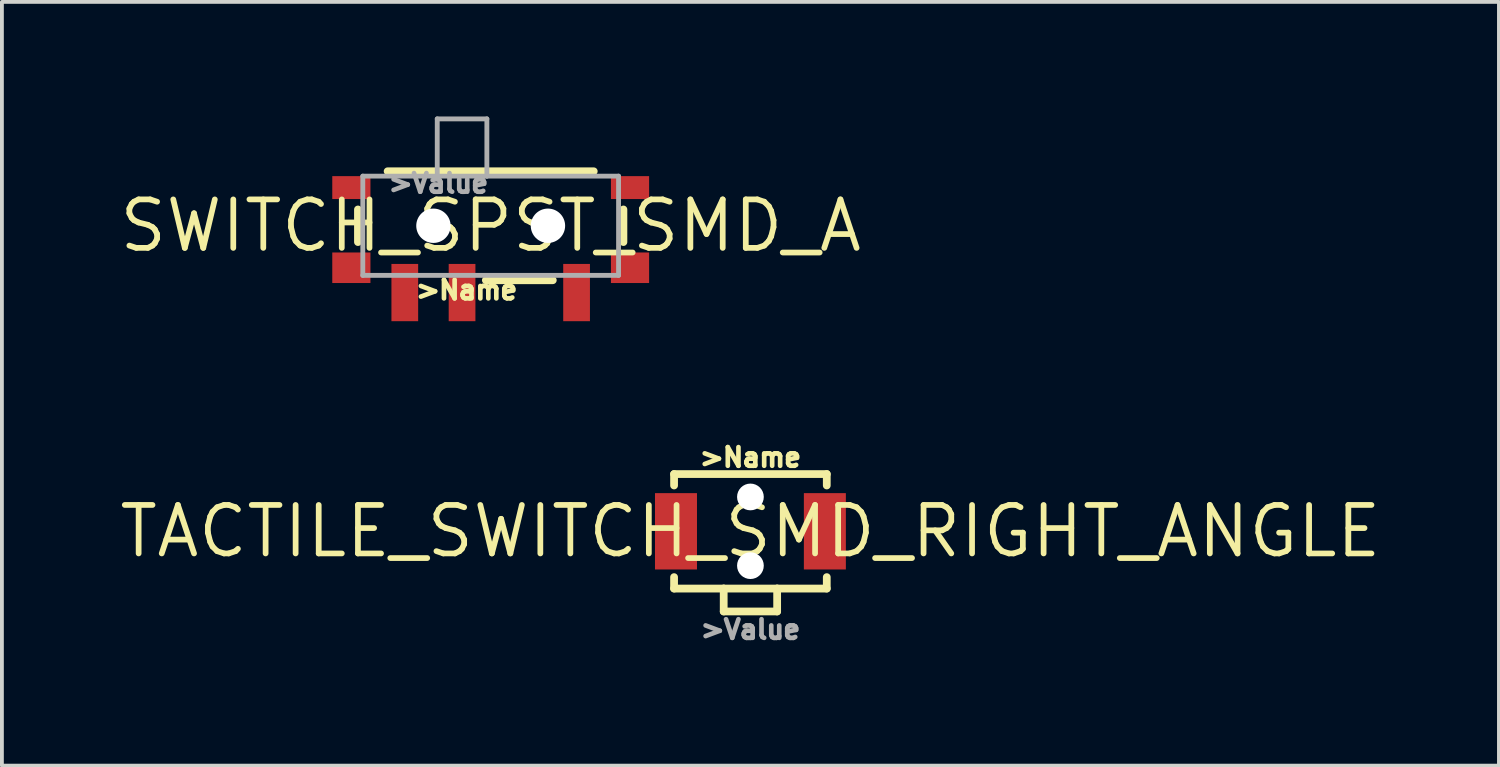
<source format=kicad_pcb>
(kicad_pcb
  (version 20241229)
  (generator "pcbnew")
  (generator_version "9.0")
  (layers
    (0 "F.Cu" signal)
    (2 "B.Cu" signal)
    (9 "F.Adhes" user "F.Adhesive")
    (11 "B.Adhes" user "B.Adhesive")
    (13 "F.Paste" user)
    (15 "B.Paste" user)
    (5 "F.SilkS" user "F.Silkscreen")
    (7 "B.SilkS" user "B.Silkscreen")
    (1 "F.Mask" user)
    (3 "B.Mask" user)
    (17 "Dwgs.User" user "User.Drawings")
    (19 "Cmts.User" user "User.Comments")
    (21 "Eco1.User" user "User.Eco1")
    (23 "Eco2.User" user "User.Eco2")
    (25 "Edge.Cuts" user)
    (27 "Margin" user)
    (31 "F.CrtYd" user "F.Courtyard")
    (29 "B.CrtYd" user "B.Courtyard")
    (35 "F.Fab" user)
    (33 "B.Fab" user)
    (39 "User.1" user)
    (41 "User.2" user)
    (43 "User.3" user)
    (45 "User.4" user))
  (footprint "TACTILE_SWITCH_SMD_RIGHT_ANGLE"
    (layer "F.Cu")
    (at 16.608 10.868)
    (property "Reference" "TACTILE_SWITCH_SMD_RIGHT_ANGLE" (at 0 0 0) (layer "F.SilkS") (effects (font (size 1.27 1.27) (thickness 0.15))))
    (fp_line (start -2 -1.5) (end 2 -1.5) (stroke (width 0.203) (type solid)) (layer "F.SilkS"))
    (fp_line (start -2 -1.2) (end -2 -1.5) (stroke (width 0.203) (type solid)) (layer "F.SilkS"))
    (fp_line (start -2 1.2) (end -2 1.5) (stroke (width 0.203) (type solid)) (layer "F.SilkS"))
    (fp_line (start -2 1.5) (end -0.7 1.5) (stroke (width 0.203) (type solid)) (layer "F.SilkS"))
    (fp_line (start -0.7 1.5) (end 0.7 1.5) (stroke (width 0.203) (type solid)) (layer "F.SilkS"))
    (fp_line (start -0.7 2.1) (end -0.7 1.5) (stroke (width 0.203) (type solid)) (layer "F.SilkS"))
    (fp_line (start -0.7 2.1) (end 0.7 2.1) (stroke (width 0.203) (type solid)) (layer "F.SilkS"))
    (fp_line (start 0.7 1.5) (end 2 1.5) (stroke (width 0.203) (type solid)) (layer "F.SilkS"))
    (fp_line (start 0.7 2.1) (end 0.7 1.5) (stroke (width 0.203) (type solid)) (layer "F.SilkS"))
    (fp_line (start 2 -1.5) (end 2 -1.2) (stroke (width 0.203) (type solid)) (layer "F.SilkS"))
    (fp_line (start 2 1.5) (end 2 1.2) (stroke (width 0.203) (type solid)) (layer "F.SilkS"))
    (fp_text user ">Name" (at 0 -1.651 0) (layer "F.SilkS") (effects (font (size 0.488 0.488) (thickness 0.122)) (justify bottom)))
    (fp_text user ">Value" (at 0 2.286 0) (layer "F.Fab") (effects (font (size 0.488 0.488) (thickness 0.122)) (justify top)))
    (pad "" np_thru_hole circle (at 0 -0.9) (size 0.7 0.7) (drill 0.7) (layers "*.Cu" "*.Mask"))
    (pad "" np_thru_hole circle (at 0 0.9) (size 0.7 0.7) (drill 0.7) (layers "*.Cu" "*.Mask"))
    (pad "1" smd rect (at -1.95 0 90) (size 2 1.1) (layers "F.Cu" "F.Mask" "F.Paste"))
    (pad "2" smd rect (at 1.95 0 90) (size 2 1.1) (layers "F.Cu" "F.Mask" "F.Paste")))
  (footprint "SWITCH_SPST_SMD_A"
    (layer "F.Cu")
    (at 9.804 2.864)
    (property "Reference" "SWITCH_SPST_SMD_A" (at 0 0 0) (layer "F.SilkS") (effects (font (size 1.27 1.27) (thickness 0.15))))
    (fp_line (start -3.477 -0.427) (end -3.477 0.427) (stroke (width 0.203) (type solid)) (layer "F.SilkS"))
    (fp_line (start 1.627 1.427) (end -0.127 1.427) (stroke (width 0.203) (type solid)) (layer "F.SilkS"))
    (fp_line (start 2.7 -1.427) (end -2.7 -1.427) (stroke (width 0.203) (type solid)) (layer "F.SilkS"))
    (fp_line (start 3.477 -0.427) (end 3.477 0.427) (stroke (width 0.203) (type solid)) (layer "F.SilkS"))
    (fp_line (start -3.35 -1.3) (end -3.35 1.3) (stroke (width 0.127) (type solid)) (layer "F.Fab"))
    (fp_line (start -3.35 1.3) (end 3.35 1.3) (stroke (width 0.127) (type solid)) (layer "F.Fab"))
    (fp_line (start -1.4 -2.8) (end -1.4 -1.3) (stroke (width 0.127) (type solid)) (layer "F.Fab"))
    (fp_line (start -1.4 -1.3) (end -3.35 -1.3) (stroke (width 0.127) (type solid)) (layer "F.Fab"))
    (fp_line (start -0.1 -2.8) (end -1.4 -2.8) (stroke (width 0.127) (type solid)) (layer "F.Fab"))
    (fp_line (start -0.1 -1.3) (end -1.4 -1.3) (stroke (width 0.127) (type solid)) (layer "F.Fab"))
    (fp_line (start -0.1 -1.3) (end -0.1 -2.8) (stroke (width 0.127) (type solid)) (layer "F.Fab"))
    (fp_line (start 3.35 -1.3) (end -0.1 -1.3) (stroke (width 0.127) (type solid)) (layer "F.Fab"))
    (fp_line (start 3.35 1.3) (end 3.35 -1.3) (stroke (width 0.127) (type solid)) (layer "F.Fab"))
    (fp_text user ">Name" (at 0.762 1.397 0) (layer "F.SilkS") (effects (font (size 0.488 0.488) (thickness 0.122)) (justify right top)))
    (fp_text user ">Value" (at 0 -1.397 0) (layer "F.Fab") (effects (font (size 0.488 0.488) (thickness 0.122)) (justify right top)))
    (pad "" np_thru_hole circle (at -1.5 0) (size 0.9 0.9) (drill 0.9) (layers "*.Cu" "*.Mask"))
    (pad "" np_thru_hole circle (at 1.5 0) (size 0.9 0.9) (drill 0.9) (layers "*.Cu" "*.Mask"))
    (pad "1" smd rect (at -2.25 1.75 180) (size 0.7 1.5) (layers "F.Cu" "F.Mask" "F.Paste"))
    (pad "2" smd rect (at -0.75 1.75 180) (size 0.7 1.5) (layers "F.Cu" "F.Mask" "F.Paste"))
    (pad "3" smd rect (at 2.25 1.75 180) (size 0.7 1.5) (layers "F.Cu" "F.Mask" "F.Paste"))
    (pad "GND1" smd rect (at -3.65 -1) (size 1 0.6) (layers "F.Cu" "F.Mask" "F.Paste"))
    (pad "GND2" smd rect (at -3.65 1.1) (size 1 0.8) (layers "F.Cu" "F.Mask" "F.Paste"))
    (pad "GND3" smd rect (at 3.65 -1) (size 1 0.6) (layers "F.Cu" "F.Mask" "F.Paste"))
    (pad "GND4" smd rect (at 3.65 1.1) (size 1 0.8) (layers "F.Cu" "F.Mask" "F.Paste")))
  (gr_rect
    (start -3 -3)
    (end 36.216 17.007)
    (stroke (width 0.1) (type default))
    (fill no)
    (layer "Edge.Cuts")))
</source>
